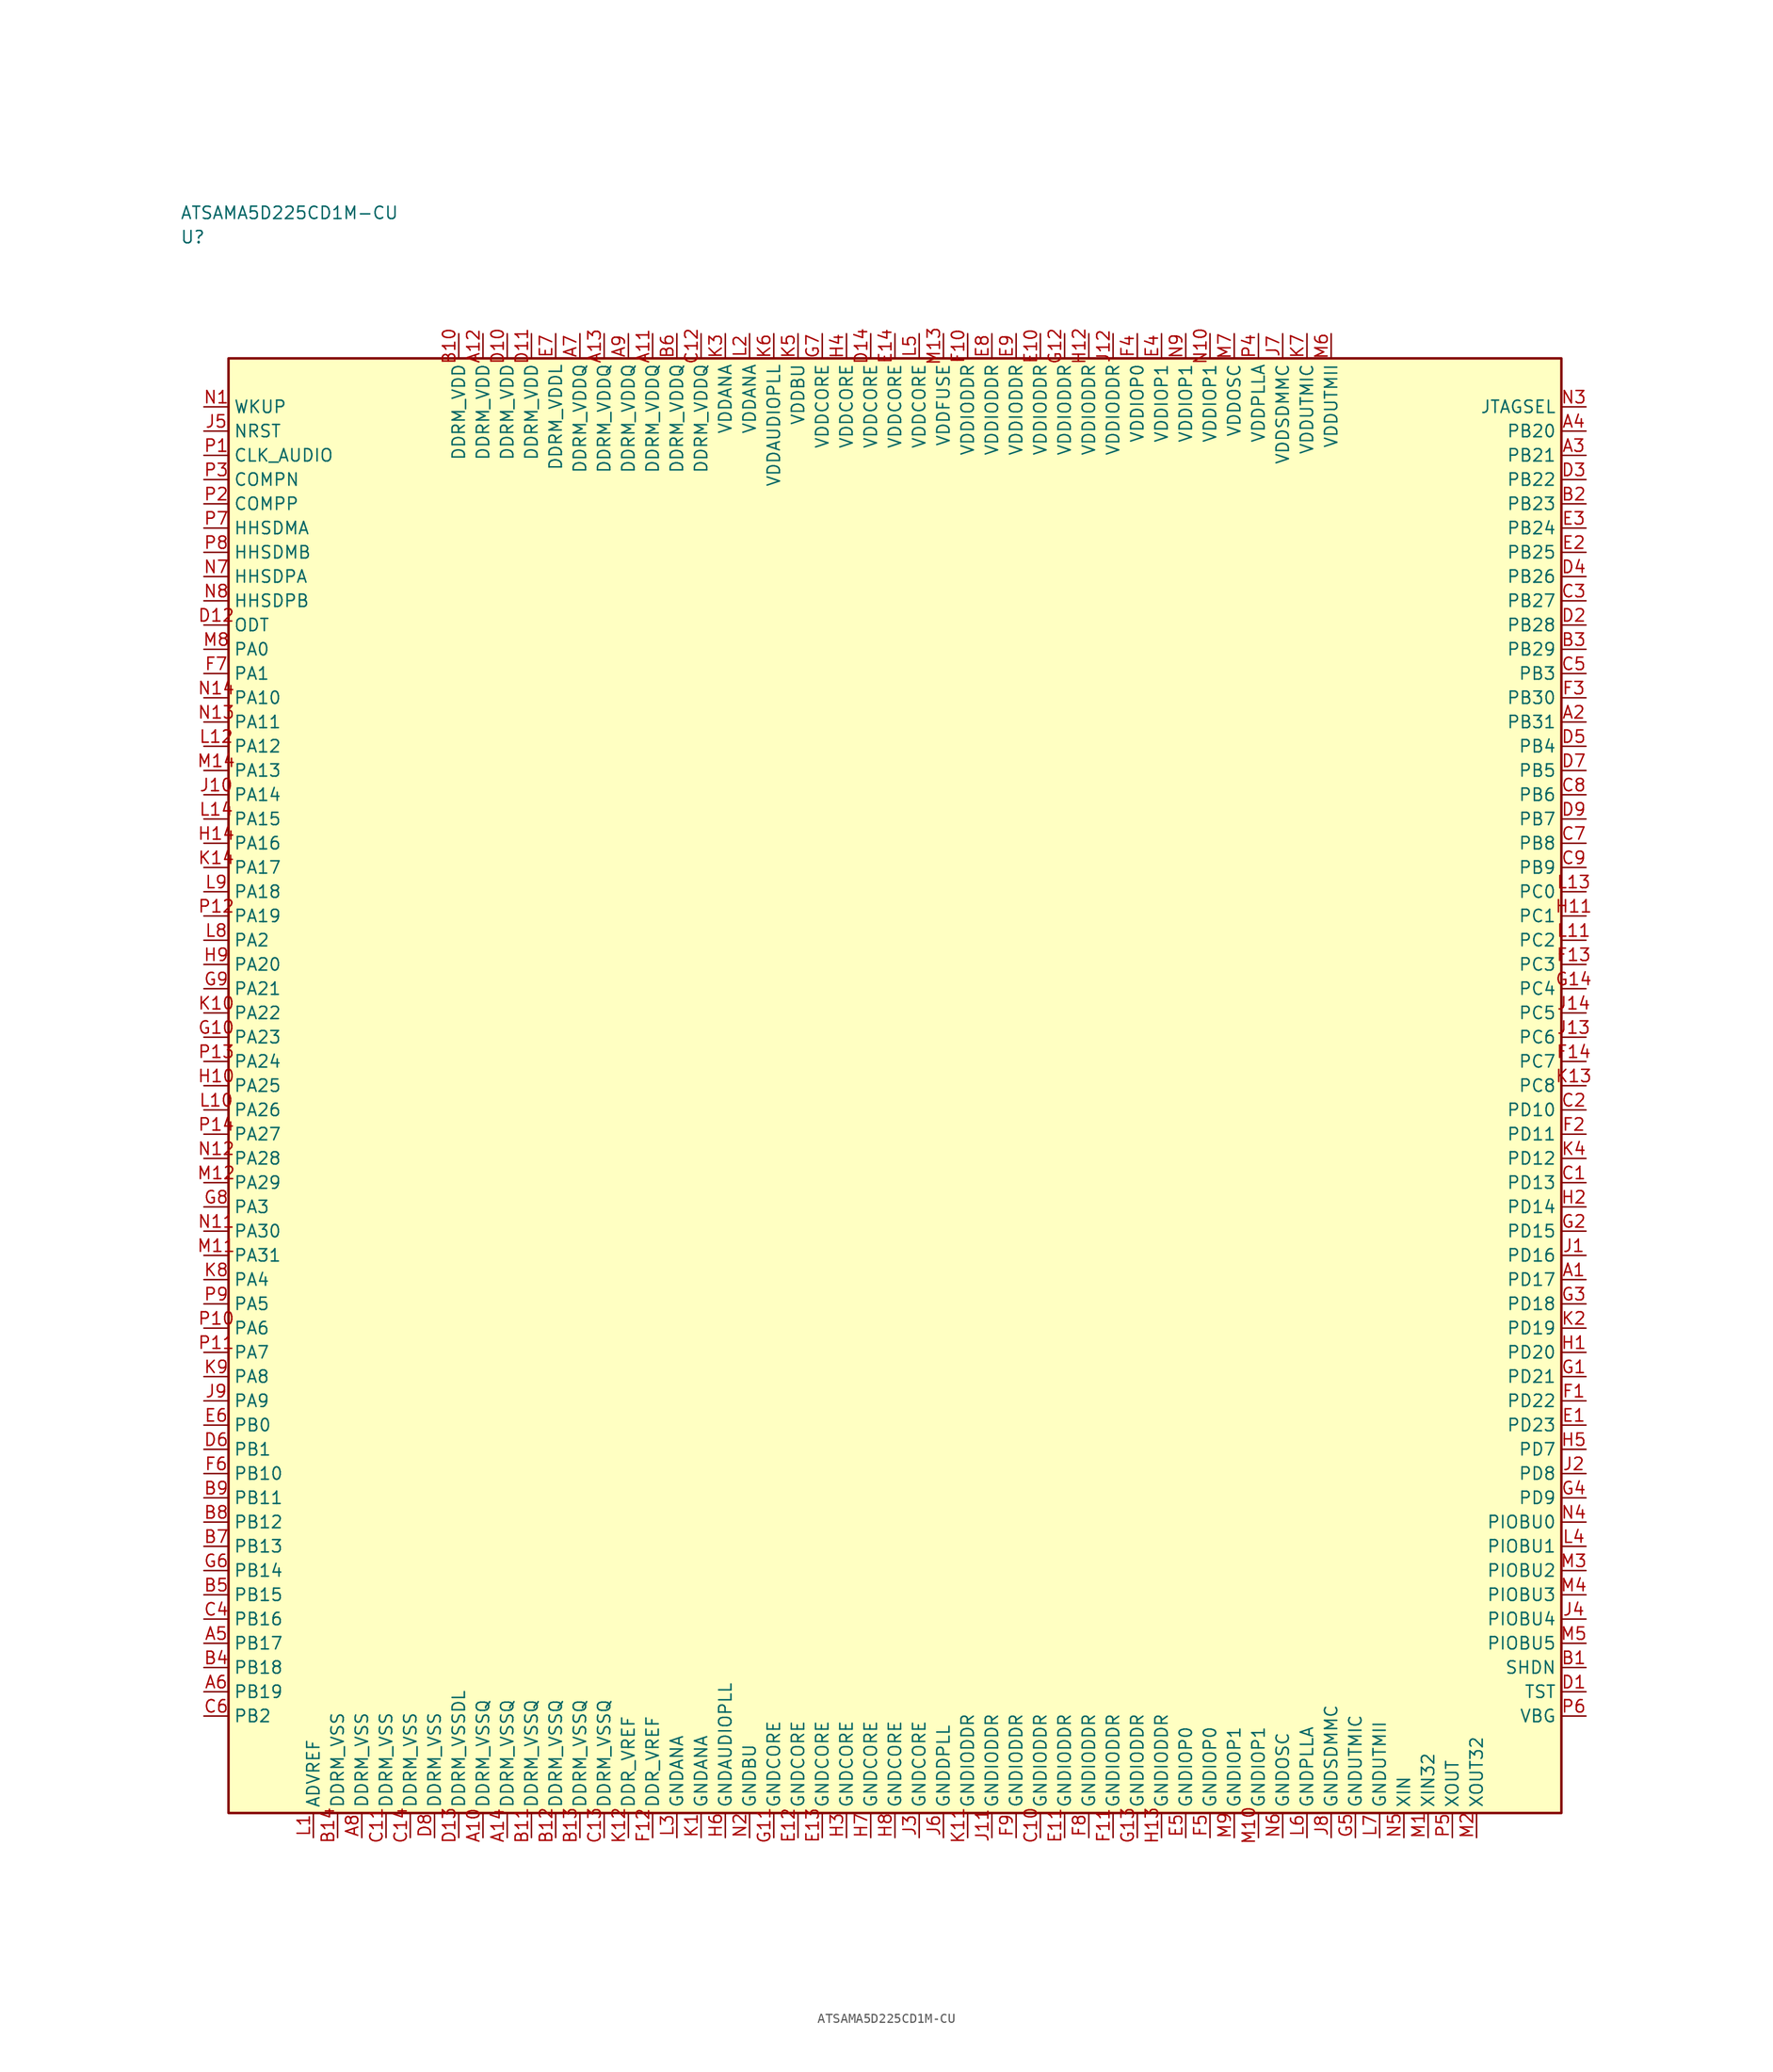
<source format=kicad_sym>
(kicad_symbol_lib
  (version 20241025)
  (generator "kicad_symbol_editor")
  (generator_version "8.0")
  (symbol "ATSAMA5D225CD1M-CU"
    (property "Reference" "U"
      (at -73.75 87.5 0)
      (effects (font (size 1.27 1.27)) (justify left)))
    (property "Value" "ATSAMA5D225CD1M-CU"
      (at -73.75 90.0 0)
      (effects (font (size 1.27 1.27)) (justify left)))
    (symbol "ATSAMA5D225CD1M-CU_0_1"
      (rectangle (start -68.75 75.0) (end 68.75 -75.0) (stroke (width 0.254) (type default)) (fill (type background))))
    (symbol "ATSAMA5D225CD1M-CU_1_1"
      (pin bidirectional line (at -71.29 45.0 0.0) (length 2.54) (name "PA0" (effects (font (size 1.27 1.27)))) (number "M8" (effects (font (size 1.27 1.27)))))
      (pin bidirectional line (at -71.29 42.5 0.0) (length 2.54) (name "PA1" (effects (font (size 1.27 1.27)))) (number "F7" (effects (font (size 1.27 1.27)))))
      (pin bidirectional line (at -71.29 15.0 0.0) (length 2.54) (name "PA2" (effects (font (size 1.27 1.27)))) (number "L8" (effects (font (size 1.27 1.27)))))
      (pin bidirectional line (at -71.29 -12.5 0.0) (length 2.54) (name "PA3" (effects (font (size 1.27 1.27)))) (number "G8" (effects (font (size 1.27 1.27)))))
      (pin bidirectional line (at -71.29 -20.0 0.0) (length 2.54) (name "PA4" (effects (font (size 1.27 1.27)))) (number "K8" (effects (font (size 1.27 1.27)))))
      (pin bidirectional line (at -71.29 -22.5 0.0) (length 2.54) (name "PA5" (effects (font (size 1.27 1.27)))) (number "P9" (effects (font (size 1.27 1.27)))))
      (pin bidirectional line (at -71.29 -25.0 0.0) (length 2.54) (name "PA6" (effects (font (size 1.27 1.27)))) (number "P10" (effects (font (size 1.27 1.27)))))
      (pin bidirectional line (at -71.29 -27.5 0.0) (length 2.54) (name "PA7" (effects (font (size 1.27 1.27)))) (number "P11" (effects (font (size 1.27 1.27)))))
      (pin bidirectional line (at -71.29 -30.0 0.0) (length 2.54) (name "PA8" (effects (font (size 1.27 1.27)))) (number "K9" (effects (font (size 1.27 1.27)))))
      (pin bidirectional line (at -71.29 -32.5 0.0) (length 2.54) (name "PA9" (effects (font (size 1.27 1.27)))) (number "J9" (effects (font (size 1.27 1.27)))))
      (pin bidirectional line (at -71.29 40.0 0.0) (length 2.54) (name "PA10" (effects (font (size 1.27 1.27)))) (number "N14" (effects (font (size 1.27 1.27)))))
      (pin bidirectional line (at -71.29 37.5 0.0) (length 2.54) (name "PA11" (effects (font (size 1.27 1.27)))) (number "N13" (effects (font (size 1.27 1.27)))))
      (pin bidirectional line (at -71.29 35.0 0.0) (length 2.54) (name "PA12" (effects (font (size 1.27 1.27)))) (number "L12" (effects (font (size 1.27 1.27)))))
      (pin bidirectional line (at -71.29 32.5 0.0) (length 2.54) (name "PA13" (effects (font (size 1.27 1.27)))) (number "M14" (effects (font (size 1.27 1.27)))))
      (pin bidirectional line (at -71.29 30.0 0.0) (length 2.54) (name "PA14" (effects (font (size 1.27 1.27)))) (number "J10" (effects (font (size 1.27 1.27)))))
      (pin bidirectional line (at -71.29 27.5 0.0) (length 2.54) (name "PA15" (effects (font (size 1.27 1.27)))) (number "L14" (effects (font (size 1.27 1.27)))))
      (pin bidirectional line (at -71.29 25.0 0.0) (length 2.54) (name "PA16" (effects (font (size 1.27 1.27)))) (number "H14" (effects (font (size 1.27 1.27)))))
      (pin bidirectional line (at -71.29 22.5 0.0) (length 2.54) (name "PA17" (effects (font (size 1.27 1.27)))) (number "K14" (effects (font (size 1.27 1.27)))))
      (pin bidirectional line (at -71.29 20.0 0.0) (length 2.54) (name "PA18" (effects (font (size 1.27 1.27)))) (number "L9" (effects (font (size 1.27 1.27)))))
      (pin bidirectional line (at -71.29 17.5 0.0) (length 2.54) (name "PA19" (effects (font (size 1.27 1.27)))) (number "P12" (effects (font (size 1.27 1.27)))))
      (pin bidirectional line (at -71.29 12.5 0.0) (length 2.54) (name "PA20" (effects (font (size 1.27 1.27)))) (number "H9" (effects (font (size 1.27 1.27)))))
      (pin bidirectional line (at -71.29 10.0 0.0) (length 2.54) (name "PA21" (effects (font (size 1.27 1.27)))) (number "G9" (effects (font (size 1.27 1.27)))))
      (pin bidirectional line (at -71.29 7.5 0.0) (length 2.54) (name "PA22" (effects (font (size 1.27 1.27)))) (number "K10" (effects (font (size 1.27 1.27)))))
      (pin bidirectional line (at -71.29 5.0 0.0) (length 2.54) (name "PA23" (effects (font (size 1.27 1.27)))) (number "G10" (effects (font (size 1.27 1.27)))))
      (pin bidirectional line (at -71.29 2.5 0.0) (length 2.54) (name "PA24" (effects (font (size 1.27 1.27)))) (number "P13" (effects (font (size 1.27 1.27)))))
      (pin bidirectional line (at -71.29 0.0 0.0) (length 2.54) (name "PA25" (effects (font (size 1.27 1.27)))) (number "H10" (effects (font (size 1.27 1.27)))))
      (pin bidirectional line (at -71.29 -2.5 0.0) (length 2.54) (name "PA26" (effects (font (size 1.27 1.27)))) (number "L10" (effects (font (size 1.27 1.27)))))
      (pin bidirectional line (at -71.29 -5.0 0.0) (length 2.54) (name "PA27" (effects (font (size 1.27 1.27)))) (number "P14" (effects (font (size 1.27 1.27)))))
      (pin bidirectional line (at -71.29 -7.5 0.0) (length 2.54) (name "PA28" (effects (font (size 1.27 1.27)))) (number "N12" (effects (font (size 1.27 1.27)))))
      (pin bidirectional line (at -71.29 -10.0 0.0) (length 2.54) (name "PA29" (effects (font (size 1.27 1.27)))) (number "M12" (effects (font (size 1.27 1.27)))))
      (pin bidirectional line (at -71.29 -15.0 0.0) (length 2.54) (name "PA30" (effects (font (size 1.27 1.27)))) (number "N11" (effects (font (size 1.27 1.27)))))
      (pin bidirectional line (at -71.29 -17.5 0.0) (length 2.54) (name "PA31" (effects (font (size 1.27 1.27)))) (number "M11" (effects (font (size 1.27 1.27)))))
      (pin bidirectional line (at -71.29 -35.0 0.0) (length 2.54) (name "PB0" (effects (font (size 1.27 1.27)))) (number "E6" (effects (font (size 1.27 1.27)))))
      (pin bidirectional line (at -71.29 -37.5 0.0) (length 2.54) (name "PB1" (effects (font (size 1.27 1.27)))) (number "D6" (effects (font (size 1.27 1.27)))))
      (pin bidirectional line (at -71.29 -65.0 0.0) (length 2.54) (name "PB2" (effects (font (size 1.27 1.27)))) (number "C6" (effects (font (size 1.27 1.27)))))
      (pin bidirectional line (at 71.29 42.5 180.0) (length 2.54) (name "PB3" (effects (font (size 1.27 1.27)))) (number "C5" (effects (font (size 1.27 1.27)))))
      (pin bidirectional line (at 71.29 35.0 180.0) (length 2.54) (name "PB4" (effects (font (size 1.27 1.27)))) (number "D5" (effects (font (size 1.27 1.27)))))
      (pin bidirectional line (at 71.29 32.5 180.0) (length 2.54) (name "PB5" (effects (font (size 1.27 1.27)))) (number "D7" (effects (font (size 1.27 1.27)))))
      (pin bidirectional line (at 71.29 30.0 180.0) (length 2.54) (name "PB6" (effects (font (size 1.27 1.27)))) (number "C8" (effects (font (size 1.27 1.27)))))
      (pin bidirectional line (at 71.29 27.5 180.0) (length 2.54) (name "PB7" (effects (font (size 1.27 1.27)))) (number "D9" (effects (font (size 1.27 1.27)))))
      (pin bidirectional line (at 71.29 25.0 180.0) (length 2.54) (name "PB8" (effects (font (size 1.27 1.27)))) (number "C7" (effects (font (size 1.27 1.27)))))
      (pin bidirectional line (at 71.29 22.5 180.0) (length 2.54) (name "PB9" (effects (font (size 1.27 1.27)))) (number "C9" (effects (font (size 1.27 1.27)))))
      (pin bidirectional line (at -71.29 -40.0 0.0) (length 2.54) (name "PB10" (effects (font (size 1.27 1.27)))) (number "F6" (effects (font (size 1.27 1.27)))))
      (pin bidirectional line (at -71.29 -42.5 0.0) (length 2.54) (name "PB11" (effects (font (size 1.27 1.27)))) (number "B9" (effects (font (size 1.27 1.27)))))
      (pin bidirectional line (at -71.29 -45.0 0.0) (length 2.54) (name "PB12" (effects (font (size 1.27 1.27)))) (number "B8" (effects (font (size 1.27 1.27)))))
      (pin bidirectional line (at -71.29 -47.5 0.0) (length 2.54) (name "PB13" (effects (font (size 1.27 1.27)))) (number "B7" (effects (font (size 1.27 1.27)))))
      (pin bidirectional line (at -71.29 -50.0 0.0) (length 2.54) (name "PB14" (effects (font (size 1.27 1.27)))) (number "G6" (effects (font (size 1.27 1.27)))))
      (pin bidirectional line (at -71.29 -52.5 0.0) (length 2.54) (name "PB15" (effects (font (size 1.27 1.27)))) (number "B5" (effects (font (size 1.27 1.27)))))
      (pin bidirectional line (at -71.29 -55.0 0.0) (length 2.54) (name "PB16" (effects (font (size 1.27 1.27)))) (number "C4" (effects (font (size 1.27 1.27)))))
      (pin bidirectional line (at -71.29 -57.5 0.0) (length 2.54) (name "PB17" (effects (font (size 1.27 1.27)))) (number "A5" (effects (font (size 1.27 1.27)))))
      (pin bidirectional line (at -71.29 -60.0 0.0) (length 2.54) (name "PB18" (effects (font (size 1.27 1.27)))) (number "B4" (effects (font (size 1.27 1.27)))))
      (pin bidirectional line (at -71.29 -62.5 0.0) (length 2.54) (name "PB19" (effects (font (size 1.27 1.27)))) (number "A6" (effects (font (size 1.27 1.27)))))
      (pin bidirectional line (at 71.29 67.5 180.0) (length 2.54) (name "PB20" (effects (font (size 1.27 1.27)))) (number "A4" (effects (font (size 1.27 1.27)))))
      (pin bidirectional line (at 71.29 65.0 180.0) (length 2.54) (name "PB21" (effects (font (size 1.27 1.27)))) (number "A3" (effects (font (size 1.27 1.27)))))
      (pin bidirectional line (at 71.29 62.5 180.0) (length 2.54) (name "PB22" (effects (font (size 1.27 1.27)))) (number "D3" (effects (font (size 1.27 1.27)))))
      (pin bidirectional line (at 71.29 60.0 180.0) (length 2.54) (name "PB23" (effects (font (size 1.27 1.27)))) (number "B2" (effects (font (size 1.27 1.27)))))
      (pin bidirectional line (at 71.29 57.5 180.0) (length 2.54) (name "PB24" (effects (font (size 1.27 1.27)))) (number "E3" (effects (font (size 1.27 1.27)))))
      (pin bidirectional line (at 71.29 55.0 180.0) (length 2.54) (name "PB25" (effects (font (size 1.27 1.27)))) (number "E2" (effects (font (size 1.27 1.27)))))
      (pin bidirectional line (at 71.29 52.5 180.0) (length 2.54) (name "PB26" (effects (font (size 1.27 1.27)))) (number "D4" (effects (font (size 1.27 1.27)))))
      (pin bidirectional line (at 71.29 50.0 180.0) (length 2.54) (name "PB27" (effects (font (size 1.27 1.27)))) (number "C3" (effects (font (size 1.27 1.27)))))
      (pin bidirectional line (at 71.29 47.5 180.0) (length 2.54) (name "PB28" (effects (font (size 1.27 1.27)))) (number "D2" (effects (font (size 1.27 1.27)))))
      (pin bidirectional line (at 71.29 45.0 180.0) (length 2.54) (name "PB29" (effects (font (size 1.27 1.27)))) (number "B3" (effects (font (size 1.27 1.27)))))
      (pin bidirectional line (at 71.29 40.0 180.0) (length 2.54) (name "PB30" (effects (font (size 1.27 1.27)))) (number "F3" (effects (font (size 1.27 1.27)))))
      (pin bidirectional line (at 71.29 37.5 180.0) (length 2.54) (name "PB31" (effects (font (size 1.27 1.27)))) (number "A2" (effects (font (size 1.27 1.27)))))
      (pin bidirectional line (at 71.29 20.0 180.0) (length 2.54) (name "PC0" (effects (font (size 1.27 1.27)))) (number "L13" (effects (font (size 1.27 1.27)))))
      (pin bidirectional line (at 71.29 17.5 180.0) (length 2.54) (name "PC1" (effects (font (size 1.27 1.27)))) (number "H11" (effects (font (size 1.27 1.27)))))
      (pin bidirectional line (at 71.29 15.0 180.0) (length 2.54) (name "PC2" (effects (font (size 1.27 1.27)))) (number "L11" (effects (font (size 1.27 1.27)))))
      (pin bidirectional line (at 71.29 12.5 180.0) (length 2.54) (name "PC3" (effects (font (size 1.27 1.27)))) (number "F13" (effects (font (size 1.27 1.27)))))
      (pin bidirectional line (at 71.29 10.0 180.0) (length 2.54) (name "PC4" (effects (font (size 1.27 1.27)))) (number "G14" (effects (font (size 1.27 1.27)))))
      (pin bidirectional line (at 71.29 7.5 180.0) (length 2.54) (name "PC5" (effects (font (size 1.27 1.27)))) (number "J14" (effects (font (size 1.27 1.27)))))
      (pin bidirectional line (at 71.29 5.0 180.0) (length 2.54) (name "PC6" (effects (font (size 1.27 1.27)))) (number "J13" (effects (font (size 1.27 1.27)))))
      (pin bidirectional line (at 71.29 2.5 180.0) (length 2.54) (name "PC7" (effects (font (size 1.27 1.27)))) (number "F14" (effects (font (size 1.27 1.27)))))
      (pin bidirectional line (at 71.29 0.0 180.0) (length 2.54) (name "PC8" (effects (font (size 1.27 1.27)))) (number "K13" (effects (font (size 1.27 1.27)))))
      (pin bidirectional line (at 71.29 -37.5 180.0) (length 2.54) (name "PD7" (effects (font (size 1.27 1.27)))) (number "H5" (effects (font (size 1.27 1.27)))))
      (pin bidirectional line (at 71.29 -40.0 180.0) (length 2.54) (name "PD8" (effects (font (size 1.27 1.27)))) (number "J2" (effects (font (size 1.27 1.27)))))
      (pin bidirectional line (at 71.29 -42.5 180.0) (length 2.54) (name "PD9" (effects (font (size 1.27 1.27)))) (number "G4" (effects (font (size 1.27 1.27)))))
      (pin bidirectional line (at 71.29 -2.5 180.0) (length 2.54) (name "PD10" (effects (font (size 1.27 1.27)))) (number "C2" (effects (font (size 1.27 1.27)))))
      (pin bidirectional line (at 71.29 -5.0 180.0) (length 2.54) (name "PD11" (effects (font (size 1.27 1.27)))) (number "F2" (effects (font (size 1.27 1.27)))))
      (pin bidirectional line (at 71.29 -7.5 180.0) (length 2.54) (name "PD12" (effects (font (size 1.27 1.27)))) (number "K4" (effects (font (size 1.27 1.27)))))
      (pin bidirectional line (at 71.29 -10.0 180.0) (length 2.54) (name "PD13" (effects (font (size 1.27 1.27)))) (number "C1" (effects (font (size 1.27 1.27)))))
      (pin bidirectional line (at 71.29 -12.5 180.0) (length 2.54) (name "PD14" (effects (font (size 1.27 1.27)))) (number "H2" (effects (font (size 1.27 1.27)))))
      (pin bidirectional line (at 71.29 -15.0 180.0) (length 2.54) (name "PD15" (effects (font (size 1.27 1.27)))) (number "G2" (effects (font (size 1.27 1.27)))))
      (pin bidirectional line (at 71.29 -17.5 180.0) (length 2.54) (name "PD16" (effects (font (size 1.27 1.27)))) (number "J1" (effects (font (size 1.27 1.27)))))
      (pin bidirectional line (at 71.29 -20.0 180.0) (length 2.54) (name "PD17" (effects (font (size 1.27 1.27)))) (number "A1" (effects (font (size 1.27 1.27)))))
      (pin bidirectional line (at 71.29 -22.5 180.0) (length 2.54) (name "PD18" (effects (font (size 1.27 1.27)))) (number "G3" (effects (font (size 1.27 1.27)))))
      (pin bidirectional line (at 71.29 -25.0 180.0) (length 2.54) (name "PD19" (effects (font (size 1.27 1.27)))) (number "K2" (effects (font (size 1.27 1.27)))))
      (pin bidirectional line (at 71.29 -27.5 180.0) (length 2.54) (name "PD20" (effects (font (size 1.27 1.27)))) (number "H1" (effects (font (size 1.27 1.27)))))
      (pin bidirectional line (at 71.29 -30.0 180.0) (length 2.54) (name "PD21" (effects (font (size 1.27 1.27)))) (number "G1" (effects (font (size 1.27 1.27)))))
      (pin bidirectional line (at 71.29 -32.5 180.0) (length 2.54) (name "PD22" (effects (font (size 1.27 1.27)))) (number "F1" (effects (font (size 1.27 1.27)))))
      (pin bidirectional line (at 71.29 -35.0 180.0) (length 2.54) (name "PD23" (effects (font (size 1.27 1.27)))) (number "E1" (effects (font (size 1.27 1.27)))))
      (pin passive line (at -60.0 -77.54 90.0) (length 2.54) (name "ADVREF" (effects (font (size 1.27 1.27)))) (number "L1" (effects (font (size 1.27 1.27)))))
      (pin power_in line (at -17.5 77.54 270.0) (length 2.54) (name "VDDANA" (effects (font (size 1.27 1.27)))) (number "K3" (effects (font (size 1.27 1.27)))))
      (pin power_in line (at -15.0 77.54 270.0) (length 2.54) (name "VDDANA" (effects (font (size 1.27 1.27)))) (number "L2" (effects (font (size 1.27 1.27)))))
      (pin passive line (at -22.5 -77.54 90.0) (length 2.54) (name "GNDANA" (effects (font (size 1.27 1.27)))) (number "L3" (effects (font (size 1.27 1.27)))))
      (pin passive line (at -20.0 -77.54 90.0) (length 2.54) (name "GNDANA" (effects (font (size 1.27 1.27)))) (number "K1" (effects (font (size 1.27 1.27)))))
      (pin passive line (at -27.5 -77.54 90.0) (length 2.54) (name "DDR_VREF" (effects (font (size 1.27 1.27)))) (number "K12" (effects (font (size 1.27 1.27)))))
      (pin passive line (at -25.0 -77.54 90.0) (length 2.54) (name "DDR_VREF" (effects (font (size 1.27 1.27)))) (number "F12" (effects (font (size 1.27 1.27)))))
      (pin power_in line (at 7.5 77.54 270.0) (length 2.54) (name "VDDIODDR" (effects (font (size 1.27 1.27)))) (number "F10" (effects (font (size 1.27 1.27)))))
      (pin power_in line (at 10.0 77.54 270.0) (length 2.54) (name "VDDIODDR" (effects (font (size 1.27 1.27)))) (number "E8" (effects (font (size 1.27 1.27)))))
      (pin power_in line (at 12.5 77.54 270.0) (length 2.54) (name "VDDIODDR" (effects (font (size 1.27 1.27)))) (number "E9" (effects (font (size 1.27 1.27)))))
      (pin power_in line (at 15.0 77.54 270.0) (length 2.54) (name "VDDIODDR" (effects (font (size 1.27 1.27)))) (number "E10" (effects (font (size 1.27 1.27)))))
      (pin power_in line (at 17.5 77.54 270.0) (length 2.54) (name "VDDIODDR" (effects (font (size 1.27 1.27)))) (number "G12" (effects (font (size 1.27 1.27)))))
      (pin power_in line (at 20.0 77.54 270.0) (length 2.54) (name "VDDIODDR" (effects (font (size 1.27 1.27)))) (number "H12" (effects (font (size 1.27 1.27)))))
      (pin power_in line (at 22.5 77.54 270.0) (length 2.54) (name "VDDIODDR" (effects (font (size 1.27 1.27)))) (number "J12" (effects (font (size 1.27 1.27)))))
      (pin passive line (at 7.5 -77.54 90.0) (length 2.54) (name "GNDIODDR" (effects (font (size 1.27 1.27)))) (number "K11" (effects (font (size 1.27 1.27)))))
      (pin passive line (at 10.0 -77.54 90.0) (length 2.54) (name "GNDIODDR" (effects (font (size 1.27 1.27)))) (number "J11" (effects (font (size 1.27 1.27)))))
      (pin passive line (at 12.5 -77.54 90.0) (length 2.54) (name "GNDIODDR" (effects (font (size 1.27 1.27)))) (number "F9" (effects (font (size 1.27 1.27)))))
      (pin passive line (at 15.0 -77.54 90.0) (length 2.54) (name "GNDIODDR" (effects (font (size 1.27 1.27)))) (number "C10" (effects (font (size 1.27 1.27)))))
      (pin passive line (at 17.5 -77.54 90.0) (length 2.54) (name "GNDIODDR" (effects (font (size 1.27 1.27)))) (number "E11" (effects (font (size 1.27 1.27)))))
      (pin passive line (at 20.0 -77.54 90.0) (length 2.54) (name "GNDIODDR" (effects (font (size 1.27 1.27)))) (number "F8" (effects (font (size 1.27 1.27)))))
      (pin passive line (at 22.5 -77.54 90.0) (length 2.54) (name "GNDIODDR" (effects (font (size 1.27 1.27)))) (number "F11" (effects (font (size 1.27 1.27)))))
      (pin passive line (at 25.0 -77.54 90.0) (length 2.54) (name "GNDIODDR" (effects (font (size 1.27 1.27)))) (number "G13" (effects (font (size 1.27 1.27)))))
      (pin passive line (at 27.5 -77.54 90.0) (length 2.54) (name "GNDIODDR" (effects (font (size 1.27 1.27)))) (number "H13" (effects (font (size 1.27 1.27)))))
      (pin power_in line (at -7.5 77.54 270.0) (length 2.54) (name "VDDCORE" (effects (font (size 1.27 1.27)))) (number "G7" (effects (font (size 1.27 1.27)))))
      (pin power_in line (at -5.0 77.54 270.0) (length 2.54) (name "VDDCORE" (effects (font (size 1.27 1.27)))) (number "H4" (effects (font (size 1.27 1.27)))))
      (pin power_in line (at -2.5 77.54 270.0) (length 2.54) (name "VDDCORE" (effects (font (size 1.27 1.27)))) (number "D14" (effects (font (size 1.27 1.27)))))
      (pin power_in line (at 0.0 77.54 270.0) (length 2.54) (name "VDDCORE" (effects (font (size 1.27 1.27)))) (number "E14" (effects (font (size 1.27 1.27)))))
      (pin power_in line (at 2.5 77.54 270.0) (length 2.54) (name "VDDCORE" (effects (font (size 1.27 1.27)))) (number "L5" (effects (font (size 1.27 1.27)))))
      (pin passive line (at -12.5 -77.54 90.0) (length 2.54) (name "GNDCORE" (effects (font (size 1.27 1.27)))) (number "G11" (effects (font (size 1.27 1.27)))))
      (pin passive line (at -10.0 -77.54 90.0) (length 2.54) (name "GNDCORE" (effects (font (size 1.27 1.27)))) (number "E12" (effects (font (size 1.27 1.27)))))
      (pin passive line (at -7.5 -77.54 90.0) (length 2.54) (name "GNDCORE" (effects (font (size 1.27 1.27)))) (number "E13" (effects (font (size 1.27 1.27)))))
      (pin passive line (at -5.0 -77.54 90.0) (length 2.54) (name "GNDCORE" (effects (font (size 1.27 1.27)))) (number "H3" (effects (font (size 1.27 1.27)))))
      (pin passive line (at -2.5 -77.54 90.0) (length 2.54) (name "GNDCORE" (effects (font (size 1.27 1.27)))) (number "H7" (effects (font (size 1.27 1.27)))))
      (pin passive line (at 0.0 -77.54 90.0) (length 2.54) (name "GNDCORE" (effects (font (size 1.27 1.27)))) (number "H8" (effects (font (size 1.27 1.27)))))
      (pin passive line (at 2.5 -77.54 90.0) (length 2.54) (name "GNDCORE" (effects (font (size 1.27 1.27)))) (number "J3" (effects (font (size 1.27 1.27)))))
      (pin power_in line (at 25.0 77.54 270.0) (length 2.54) (name "VDDIOP0" (effects (font (size 1.27 1.27)))) (number "F4" (effects (font (size 1.27 1.27)))))
      (pin power_in line (at 27.5 77.54 270.0) (length 2.54) (name "VDDIOP1" (effects (font (size 1.27 1.27)))) (number "E4" (effects (font (size 1.27 1.27)))))
      (pin passive line (at 30.0 -77.54 90.0) (length 2.54) (name "GNDIOP0" (effects (font (size 1.27 1.27)))) (number "E5" (effects (font (size 1.27 1.27)))))
      (pin passive line (at 32.5 -77.54 90.0) (length 2.54) (name "GNDIOP0" (effects (font (size 1.27 1.27)))) (number "F5" (effects (font (size 1.27 1.27)))))
      (pin power_in line (at 30.0 77.54 270.0) (length 2.54) (name "VDDIOP1" (effects (font (size 1.27 1.27)))) (number "N9" (effects (font (size 1.27 1.27)))))
      (pin power_in line (at 32.5 77.54 270.0) (length 2.54) (name "VDDIOP1" (effects (font (size 1.27 1.27)))) (number "N10" (effects (font (size 1.27 1.27)))))
      (pin passive line (at 35.0 -77.54 90.0) (length 2.54) (name "GNDIOP1" (effects (font (size 1.27 1.27)))) (number "M9" (effects (font (size 1.27 1.27)))))
      (pin passive line (at 37.5 -77.54 90.0) (length 2.54) (name "GNDIOP1" (effects (font (size 1.27 1.27)))) (number "M10" (effects (font (size 1.27 1.27)))))
      (pin power_in line (at 40.0 77.54 270.0) (length 2.54) (name "VDDSDMMC" (effects (font (size 1.27 1.27)))) (number "J7" (effects (font (size 1.27 1.27)))))
      (pin passive line (at 45.0 -77.54 90.0) (length 2.54) (name "GNDSDMMC" (effects (font (size 1.27 1.27)))) (number "J8" (effects (font (size 1.27 1.27)))))
      (pin power_in line (at 5.0 77.54 270.0) (length 2.54) (name "VDDFUSE" (effects (font (size 1.27 1.27)))) (number "M13" (effects (font (size 1.27 1.27)))))
      (pin power_in line (at 37.5 77.54 270.0) (length 2.54) (name "VDDPLLA" (effects (font (size 1.27 1.27)))) (number "P4" (effects (font (size 1.27 1.27)))))
      (pin passive line (at 42.5 -77.54 90.0) (length 2.54) (name "GNDPLLA" (effects (font (size 1.27 1.27)))) (number "L6" (effects (font (size 1.27 1.27)))))
      (pin power_in line (at -12.5 77.54 270.0) (length 2.54) (name "VDDAUDIOPLL" (effects (font (size 1.27 1.27)))) (number "K6" (effects (font (size 1.27 1.27)))))
      (pin passive line (at 5.0 -77.54 90.0) (length 2.54) (name "GNDDPLL" (effects (font (size 1.27 1.27)))) (number "J6" (effects (font (size 1.27 1.27)))))
      (pin passive line (at -17.5 -77.54 90.0) (length 2.54) (name "GNDAUDIOPLL" (effects (font (size 1.27 1.27)))) (number "H6" (effects (font (size 1.27 1.27)))))
      (pin bidirectional line (at -71.29 65.0 0.0) (length 2.54) (name "CLK_AUDIO" (effects (font (size 1.27 1.27)))) (number "P1" (effects (font (size 1.27 1.27)))))
      (pin passive line (at 52.5 -77.54 90.0) (length 2.54) (name "XIN" (effects (font (size 1.27 1.27)))) (number "N5" (effects (font (size 1.27 1.27)))))
      (pin passive line (at 57.5 -77.54 90.0) (length 2.54) (name "XOUT" (effects (font (size 1.27 1.27)))) (number "P5" (effects (font (size 1.27 1.27)))))
      (pin power_in line (at 35.0 77.54 270.0) (length 2.54) (name "VDDOSC" (effects (font (size 1.27 1.27)))) (number "M7" (effects (font (size 1.27 1.27)))))
      (pin passive line (at 40.0 -77.54 90.0) (length 2.54) (name "GNDOSC" (effects (font (size 1.27 1.27)))) (number "N6" (effects (font (size 1.27 1.27)))))
      (pin power_in line (at 45.0 77.54 270.0) (length 2.54) (name "VDDUTMII" (effects (font (size 1.27 1.27)))) (number "M6" (effects (font (size 1.27 1.27)))))
      (pin passive line (at 50.0 -77.54 90.0) (length 2.54) (name "GNDUTMII" (effects (font (size 1.27 1.27)))) (number "L7" (effects (font (size 1.27 1.27)))))
      (pin bidirectional line (at -71.29 52.5 0.0) (length 2.54) (name "HHSDPA" (effects (font (size 1.27 1.27)))) (number "N7" (effects (font (size 1.27 1.27)))))
      (pin bidirectional line (at -71.29 57.5 0.0) (length 2.54) (name "HHSDMA" (effects (font (size 1.27 1.27)))) (number "P7" (effects (font (size 1.27 1.27)))))
      (pin bidirectional line (at -71.29 50.0 0.0) (length 2.54) (name "HHSDPB" (effects (font (size 1.27 1.27)))) (number "N8" (effects (font (size 1.27 1.27)))))
      (pin bidirectional line (at -71.29 55.0 0.0) (length 2.54) (name "HHSDMB" (effects (font (size 1.27 1.27)))) (number "P8" (effects (font (size 1.27 1.27)))))
      (pin power_in line (at 42.5 77.54 270.0) (length 2.54) (name "VDDUTMIC" (effects (font (size 1.27 1.27)))) (number "K7" (effects (font (size 1.27 1.27)))))
      (pin passive line (at 47.5 -77.54 90.0) (length 2.54) (name "GNDUTMIC" (effects (font (size 1.27 1.27)))) (number "G5" (effects (font (size 1.27 1.27)))))
      (pin bidirectional line (at 71.29 -65.0 180.0) (length 2.54) (name "VBG" (effects (font (size 1.27 1.27)))) (number "P6" (effects (font (size 1.27 1.27)))))
      (pin bidirectional line (at 71.29 -62.5 180.0) (length 2.54) (name "TST" (effects (font (size 1.27 1.27)))) (number "D1" (effects (font (size 1.27 1.27)))))
      (pin input line (at -71.29 67.5 0.0) (length 2.54) (name "NRST" (effects (font (size 1.27 1.27)))) (number "J5" (effects (font (size 1.27 1.27)))))
      (pin output line (at 71.29 70.0 180.0) (length 2.54) (name "JTAGSEL" (effects (font (size 1.27 1.27)))) (number "N3" (effects (font (size 1.27 1.27)))))
      (pin input line (at -71.29 70.0 0.0) (length 2.54) (name "WKUP" (effects (font (size 1.27 1.27)))) (number "N1" (effects (font (size 1.27 1.27)))))
      (pin bidirectional line (at 71.29 -60.0 180.0) (length 2.54) (name "SHDN" (effects (font (size 1.27 1.27)))) (number "B1" (effects (font (size 1.27 1.27)))))
      (pin bidirectional line (at 71.29 -45.0 180.0) (length 2.54) (name "PIOBU0" (effects (font (size 1.27 1.27)))) (number "N4" (effects (font (size 1.27 1.27)))))
      (pin bidirectional line (at 71.29 -47.5 180.0) (length 2.54) (name "PIOBU1" (effects (font (size 1.27 1.27)))) (number "L4" (effects (font (size 1.27 1.27)))))
      (pin bidirectional line (at 71.29 -50.0 180.0) (length 2.54) (name "PIOBU2" (effects (font (size 1.27 1.27)))) (number "M3" (effects (font (size 1.27 1.27)))))
      (pin bidirectional line (at 71.29 -52.5 180.0) (length 2.54) (name "PIOBU3" (effects (font (size 1.27 1.27)))) (number "M4" (effects (font (size 1.27 1.27)))))
      (pin bidirectional line (at 71.29 -55.0 180.0) (length 2.54) (name "PIOBU4" (effects (font (size 1.27 1.27)))) (number "J4" (effects (font (size 1.27 1.27)))))
      (pin bidirectional line (at 71.29 -57.5 180.0) (length 2.54) (name "PIOBU5" (effects (font (size 1.27 1.27)))) (number "M5" (effects (font (size 1.27 1.27)))))
      (pin power_in line (at -10.0 77.54 270.0) (length 2.54) (name "VDDBU" (effects (font (size 1.27 1.27)))) (number "K5" (effects (font (size 1.27 1.27)))))
      (pin passive line (at -15.0 -77.54 90.0) (length 2.54) (name "GNDBU" (effects (font (size 1.27 1.27)))) (number "N2" (effects (font (size 1.27 1.27)))))
      (pin passive line (at 55.0 -77.54 90.0) (length 2.54) (name "XIN32" (effects (font (size 1.27 1.27)))) (number "M1" (effects (font (size 1.27 1.27)))))
      (pin passive line (at 60.0 -77.54 90.0) (length 2.54) (name "XOUT32" (effects (font (size 1.27 1.27)))) (number "M2" (effects (font (size 1.27 1.27)))))
      (pin bidirectional line (at -71.29 60.0 0.0) (length 2.54) (name "COMPP" (effects (font (size 1.27 1.27)))) (number "P2" (effects (font (size 1.27 1.27)))))
      (pin bidirectional line (at -71.29 62.5 0.0) (length 2.54) (name "COMPN" (effects (font (size 1.27 1.27)))) (number "P3" (effects (font (size 1.27 1.27)))))
      (pin bidirectional line (at -71.29 47.5 0.0) (length 2.54) (name "ODT" (effects (font (size 1.27 1.27)))) (number "D12" (effects (font (size 1.27 1.27)))))
      (pin power_in line (at -45.0 77.54 270.0) (length 2.54) (name "DDRM_VDD" (effects (font (size 1.27 1.27)))) (number "B10" (effects (font (size 1.27 1.27)))))
      (pin power_in line (at -42.5 77.54 270.0) (length 2.54) (name "DDRM_VDD" (effects (font (size 1.27 1.27)))) (number "A12" (effects (font (size 1.27 1.27)))))
      (pin power_in line (at -40.0 77.54 270.0) (length 2.54) (name "DDRM_VDD" (effects (font (size 1.27 1.27)))) (number "D10" (effects (font (size 1.27 1.27)))))
      (pin power_in line (at -37.5 77.54 270.0) (length 2.54) (name "DDRM_VDD" (effects (font (size 1.27 1.27)))) (number "D11" (effects (font (size 1.27 1.27)))))
      (pin power_in line (at -35.0 77.54 270.0) (length 2.54) (name "DDRM_VDDL" (effects (font (size 1.27 1.27)))) (number "E7" (effects (font (size 1.27 1.27)))))
      (pin power_in line (at -32.5 77.54 270.0) (length 2.54) (name "DDRM_VDDQ" (effects (font (size 1.27 1.27)))) (number "A7" (effects (font (size 1.27 1.27)))))
      (pin power_in line (at -30.0 77.54 270.0) (length 2.54) (name "DDRM_VDDQ" (effects (font (size 1.27 1.27)))) (number "A13" (effects (font (size 1.27 1.27)))))
      (pin power_in line (at -27.5 77.54 270.0) (length 2.54) (name "DDRM_VDDQ" (effects (font (size 1.27 1.27)))) (number "A9" (effects (font (size 1.27 1.27)))))
      (pin power_in line (at -25.0 77.54 270.0) (length 2.54) (name "DDRM_VDDQ" (effects (font (size 1.27 1.27)))) (number "A11" (effects (font (size 1.27 1.27)))))
      (pin power_in line (at -22.5 77.54 270.0) (length 2.54) (name "DDRM_VDDQ" (effects (font (size 1.27 1.27)))) (number "B6" (effects (font (size 1.27 1.27)))))
      (pin power_in line (at -20.0 77.54 270.0) (length 2.54) (name "DDRM_VDDQ" (effects (font (size 1.27 1.27)))) (number "C12" (effects (font (size 1.27 1.27)))))
      (pin passive line (at -57.5 -77.54 90.0) (length 2.54) (name "DDRM_VSS" (effects (font (size 1.27 1.27)))) (number "B14" (effects (font (size 1.27 1.27)))))
      (pin passive line (at -55.0 -77.54 90.0) (length 2.54) (name "DDRM_VSS" (effects (font (size 1.27 1.27)))) (number "A8" (effects (font (size 1.27 1.27)))))
      (pin passive line (at -52.5 -77.54 90.0) (length 2.54) (name "DDRM_VSS" (effects (font (size 1.27 1.27)))) (number "C11" (effects (font (size 1.27 1.27)))))
      (pin passive line (at -50.0 -77.54 90.0) (length 2.54) (name "DDRM_VSS" (effects (font (size 1.27 1.27)))) (number "C14" (effects (font (size 1.27 1.27)))))
      (pin passive line (at -47.5 -77.54 90.0) (length 2.54) (name "DDRM_VSS" (effects (font (size 1.27 1.27)))) (number "D8" (effects (font (size 1.27 1.27)))))
      (pin passive line (at -45.0 -77.54 90.0) (length 2.54) (name "DDRM_VSSDL" (effects (font (size 1.27 1.27)))) (number "D13" (effects (font (size 1.27 1.27)))))
      (pin passive line (at -42.5 -77.54 90.0) (length 2.54) (name "DDRM_VSSQ" (effects (font (size 1.27 1.27)))) (number "A10" (effects (font (size 1.27 1.27)))))
      (pin passive line (at -40.0 -77.54 90.0) (length 2.54) (name "DDRM_VSSQ" (effects (font (size 1.27 1.27)))) (number "A14" (effects (font (size 1.27 1.27)))))
      (pin passive line (at -37.5 -77.54 90.0) (length 2.54) (name "DDRM_VSSQ" (effects (font (size 1.27 1.27)))) (number "B11" (effects (font (size 1.27 1.27)))))
      (pin passive line (at -35.0 -77.54 90.0) (length 2.54) (name "DDRM_VSSQ" (effects (font (size 1.27 1.27)))) (number "B12" (effects (font (size 1.27 1.27)))))
      (pin passive line (at -32.5 -77.54 90.0) (length 2.54) (name "DDRM_VSSQ" (effects (font (size 1.27 1.27)))) (number "B13" (effects (font (size 1.27 1.27)))))
      (pin passive line (at -30.0 -77.54 90.0) (length 2.54) (name "DDRM_VSSQ" (effects (font (size 1.27 1.27)))) (number "C13" (effects (font (size 1.27 1.27))))))))
</source>
